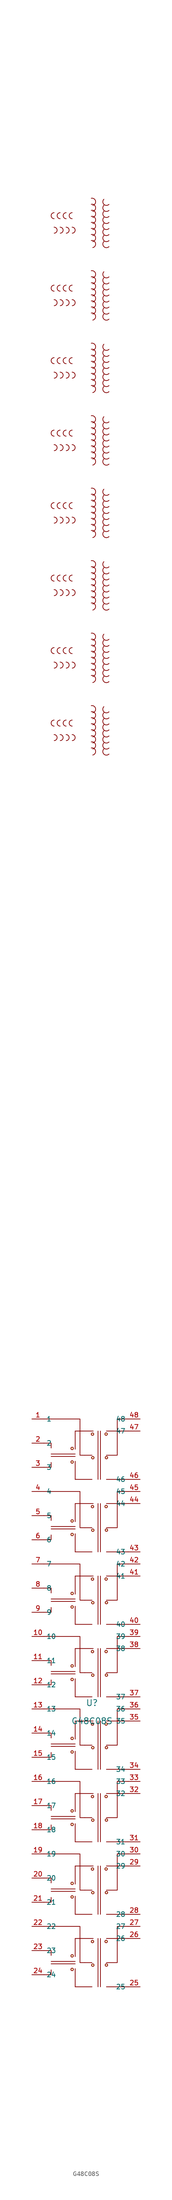
<source format=kicad_sym>
(kicad_symbol_lib
  (version 20210201)
  (generator TousstNicolas/JLC2KiCad_lib)
  (symbol "G48C08S"
    (property "Reference" "U"
      (at 0 1.27 0)
      (effects (font (size 1.27 1.27))))
    (property "Value" "G48C08S"
      (at 0 -2.54 0)
      (effects (font (size 1.27 1.27))))
    (symbol "G48C08S_0_1"
      (circle (center -4.201 51.915) (radius 0.264) (stroke (width 0) (type default) (color 0 0 0 0)) (fill (type background)))
      (arc (start -4.191008382016764 206.62941325882653) (mid -4.826009652019304 207.26441452882906) (end -4.191008382016764 207.8994157988316) (stroke (width 0) (type default) (color 0 0 0 0)) (fill (type none)))
      (arc (start -5.461010922021845 206.62941325882653) (mid -6.096012192024384 207.26441452882906) (end -5.461010922021845 207.8994157988316) (stroke (width 0) (type default) (color 0 0 0 0)) (fill (type none)))
      (arc (start -6.731013462026924 206.62941325882653) (mid -7.366014732029464 207.26441452882906) (end -6.731013462026924 207.8994157988316) (stroke (width 0) (type default) (color 0 0 0 0)) (fill (type none)))
      (arc (start -8.001016002032005 206.62941325882653) (mid -8.636017272034545 207.26441452882906) (end -8.001016002032005 207.8994157988316) (stroke (width 0) (type default) (color 0 0 0 0)) (fill (type none)))
      (polyline (pts (xy -3.556 48.26) (xy -3.556 52.07)) (stroke (width 0) (type default) (color 0 0 0 0)) (fill (type none)))
      (circle (center -4.201 54.765) (radius 0.264) (stroke (width 0) (type default) (color 0 0 0 0)) (fill (type background)))
      (arc (start -4.172926958370049 203.58166462883432) (mid -3.556264597440368 204.23448984957062) (end -4.20908982613456 204.85115220207572) (stroke (width 0) (type default) (color 0 0 0 0)) (fill (type none)))
      (arc (start -5.442929498375129 203.58166462883432) (mid -4.826267137445448 204.23448984957062) (end -5.479092366139641 204.85115220207572) (stroke (width 0) (type default) (color 0 0 0 0)) (fill (type none)))
      (arc (start -6.712932038380209 203.58166462883432) (mid -6.096269677450528 204.23448984957062) (end -6.7490949061447205 204.85115220207572) (stroke (width 0) (type default) (color 0 0 0 0)) (fill (type none)))
      (arc (start -7.982934578385289 203.58166462883432) (mid -7.366272217455609 204.23448984957062) (end -8.0190974461498 204.85115220207572) (stroke (width 0) (type default) (color 0 0 0 0)) (fill (type none)))
      (polyline (pts (xy -3.556 58.42) (xy -3.556 54.61)) (stroke (width 0) (type default) (color 0 0 0 0)) (fill (type none)))
      (polyline (pts (xy -8.636 53.086) (xy -3.556 53.086)) (stroke (width 0) (type default) (color 0 0 0 0)) (fill (type none)))
      (polyline (pts (xy -8.636 53.594) (xy -3.556 53.594)) (stroke (width 0) (type default) (color 0 0 0 0)) (fill (type none)))
      (polyline (pts (xy -3.556 48.26) (xy 0.0 48.26)) (stroke (width 0) (type default) (color 0 0 0 0)) (fill (type none)))
      (polyline (pts (xy -1.524 53.34) (xy 0.0 53.34)) (stroke (width 0) (type default) (color 0 0 0 0)) (fill (type none)))
      (circle (center 0.099 57.775) (radius 0.264) (stroke (width 0) (type default) (color 0 0 0 0)) (fill (type background)))
      (arc (start 0.15873598862962626 200.55011794149544) (mid 0.7452846493097436 201.4541385794348) (end -0.15873598862962626 202.04068724011495) (stroke (width 0) (type default) (color 0 0 0 0)) (fill (type none)))
      (arc (start 0.15873598862962626 201.8201204815005) (mid 0.7452846493097436 202.7241411194399) (end -0.15873598862962626 203.31068978012001) (stroke (width 0) (type default) (color 0 0 0 0)) (fill (type none)))
      (arc (start 0.15873598862962626 203.0901230215056) (mid 0.7452846493097436 203.99414365944497) (end -0.15873598862962626 204.5806923201251) (stroke (width 0) (type default) (color 0 0 0 0)) (fill (type none)))
      (arc (start 0.15873598862962626 204.36012556151067) (mid 0.7452846493097436 205.26414619945007) (end -0.15873598862962626 205.85069486013018) (stroke (width 0) (type default) (color 0 0 0 0)) (fill (type none)))
      (arc (start 0.15873598862962626 205.63012810151577) (mid 0.7452846493097436 206.53414873945513) (end -0.15873598862962626 207.12069740013527) (stroke (width 0) (type default) (color 0 0 0 0)) (fill (type none)))
      (arc (start 0.15873598862962626 206.90013064152083) (mid 0.7452846493097436 207.80415127946023) (end -0.15873598862962626 208.39069994014034) (stroke (width 0) (type default) (color 0 0 0 0)) (fill (type none)))
      (arc (start 0.15873598862962626 208.17013318152593) (mid 0.7452846493097436 209.0741538194653) (end -0.15873598862962626 209.66070248014543) (stroke (width 0) (type default) (color 0 0 0 0)) (fill (type none)))
      (arc (start 0.15873598862962626 209.440135721531) (mid 0.7452846493097436 210.3441563594704) (end -0.15873598862962626 210.9307050201505) (stroke (width 0) (type default) (color 0 0 0 0)) (fill (type none)))
      (circle (center 2.981 57.788) (radius 0.264) (stroke (width 0) (type default) (color 0 0 0 0)) (fill (type background)))
      (arc (start 3.5868225409092354 200.75658614590816) (mid 2.5091896511151486 200.75658614590816) (end 2.5091896511151486 201.83421903570223) (stroke (width 0) (type default) (color 0 0 0 0)) (fill (type none)))
      (arc (start 3.5868225409092354 202.02658868591323) (mid 2.5091896511151486 202.02658868591323) (end 2.5091896511151486 203.1042215757073) (stroke (width 0) (type default) (color 0 0 0 0)) (fill (type none)))
      (arc (start 3.5868225409092354 203.29659122591832) (mid 2.5091896511151486 203.29659122591832) (end 2.5091896511151486 204.3742241157124) (stroke (width 0) (type default) (color 0 0 0 0)) (fill (type none)))
      (arc (start 3.5868225409092354 204.5665937659234) (mid 2.5091896511151486 204.5665937659234) (end 2.5091896511151486 205.64422665571746) (stroke (width 0) (type default) (color 0 0 0 0)) (fill (type none)))
      (arc (start 3.5868225409092354 205.83659630592848) (mid 2.5091896511151486 205.83659630592848) (end 2.5091896511151486 206.91422919572256) (stroke (width 0) (type default) (color 0 0 0 0)) (fill (type none)))
      (arc (start 3.5868225409092354 207.10659884593355) (mid 2.5091896511151486 207.10659884593355) (end 2.5091896511151486 208.18423173572762) (stroke (width 0) (type default) (color 0 0 0 0)) (fill (type none)))
      (arc (start 3.5868225409092354 208.3766013859386) (mid 2.5091896511151486 208.3766013859386) (end 2.5091896511151486 209.45423427573272) (stroke (width 0) (type default) (color 0 0 0 0)) (fill (type none)))
      (arc (start 3.5868225409092354 209.6466039259437) (mid 2.5091896511151486 209.6466039259437) (end 2.5091896511151486 210.72423681573778) (stroke (width 0) (type default) (color 0 0 0 0)) (fill (type none)))
      (polyline (pts (xy -3.556 58.42) (xy 0.254 58.42)) (stroke (width 0) (type default) (color 0 0 0 0)) (fill (type none)))
      (polyline (pts (xy 7.62 58.42) (xy 3.048 58.42)) (stroke (width 0) (type default) (color 0 0 0 0)) (fill (type none)))
      (polyline (pts (xy 3.048 48.26) (xy 7.62 48.26)) (stroke (width 0) (type default) (color 0 0 0 0)) (fill (type none)))
      (polyline (pts (xy 1.778 48.26) (xy 1.778 58.42)) (stroke (width 0) (type default) (color 0 0 0 0)) (fill (type none)))
      (polyline (pts (xy 1.27 48.26) (xy 1.27 58.42)) (stroke (width 0) (type default) (color 0 0 0 0)) (fill (type none)))
      (polyline (pts (xy 3.048 53.34) (xy 5.334 53.34) (xy 5.334 60.96) (xy 7.62 60.96)) (stroke (width 0) (type default) (color 0 0 0 0)) (fill (type none)))
      (circle (center 0.165 52.817) (radius 0.264) (stroke (width 0) (type default) (color 0 0 0 0)) (fill (type background)))
      (circle (center 3.048 52.832) (radius 0.264) (stroke (width 0) (type default) (color 0 0 0 0)) (fill (type background)))
      (polyline (pts (xy -8.636 54.864) (xy -8.636 55.88) (xy -10.16 55.88)) (stroke (width 0) (type default) (color 0 0 0 0)) (fill (type none)))
      (polyline (pts (xy -8.636 51.816) (xy -8.636 50.8) (xy -10.16 50.8)) (stroke (width 0) (type default) (color 0 0 0 0)) (fill (type none)))
      (polyline (pts (xy -1.524 53.34) (xy -2.54 53.34) (xy -2.54 60.96) (xy -10.16 60.96)) (stroke (width 0) (type default) (color 0 0 0 0)) (fill (type none)))
      (circle (center -4.201 -54.765) (radius 0.264) (stroke (width 0) (type default) (color 0 0 0 0)) (fill (type background)))
      (arc (start -4.191008382016764 313.30962661925327) (mid -4.826009652019304 313.9446278892558) (end -4.191008382016764 314.57962915925833) (stroke (width 0) (type default) (color 0 0 0 0)) (fill (type none)))
      (arc (start -5.461010922021845 313.30962661925327) (mid -6.096012192024384 313.9446278892558) (end -5.461010922021845 314.57962915925833) (stroke (width 0) (type default) (color 0 0 0 0)) (fill (type none)))
      (arc (start -6.731013462026924 313.30962661925327) (mid -7.366014732029464 313.9446278892558) (end -6.731013462026924 314.57962915925833) (stroke (width 0) (type default) (color 0 0 0 0)) (fill (type none)))
      (arc (start -8.001016002032005 313.30962661925327) (mid -8.636017272034545 313.9446278892558) (end -8.001016002032005 314.57962915925833) (stroke (width 0) (type default) (color 0 0 0 0)) (fill (type none)))
      (polyline (pts (xy -3.556 -58.42) (xy -3.556 -54.61)) (stroke (width 0) (type default) (color 0 0 0 0)) (fill (type none)))
      (circle (center -4.201 -51.915) (radius 0.264) (stroke (width 0) (type default) (color 0 0 0 0)) (fill (type background)))
      (arc (start -4.172926958370049 310.26187798926105) (mid -3.556264597440368 310.9147032099973) (end -4.20908982613456 311.53136556250246) (stroke (width 0) (type default) (color 0 0 0 0)) (fill (type none)))
      (arc (start -5.442929498375129 310.26187798926105) (mid -4.826267137445448 310.9147032099973) (end -5.479092366139641 311.53136556250246) (stroke (width 0) (type default) (color 0 0 0 0)) (fill (type none)))
      (arc (start -6.712932038380209 310.26187798926105) (mid -6.096269677450528 310.9147032099973) (end -6.7490949061447205 311.53136556250246) (stroke (width 0) (type default) (color 0 0 0 0)) (fill (type none)))
      (arc (start -7.982934578385289 310.26187798926105) (mid -7.366272217455609 310.9147032099973) (end -8.0190974461498 311.53136556250246) (stroke (width 0) (type default) (color 0 0 0 0)) (fill (type none)))
      (polyline (pts (xy -3.556 -48.26) (xy -3.556 -52.07)) (stroke (width 0) (type default) (color 0 0 0 0)) (fill (type none)))
      (polyline (pts (xy -8.636 -53.594) (xy -3.556 -53.594)) (stroke (width 0) (type default) (color 0 0 0 0)) (fill (type none)))
      (polyline (pts (xy -8.636 -53.086) (xy -3.556 -53.086)) (stroke (width 0) (type default) (color 0 0 0 0)) (fill (type none)))
      (polyline (pts (xy -3.556 -58.42) (xy 0.0 -58.42)) (stroke (width 0) (type default) (color 0 0 0 0)) (fill (type none)))
      (polyline (pts (xy -1.524 -53.34) (xy 0.0 -53.34)) (stroke (width 0) (type default) (color 0 0 0 0)) (fill (type none)))
      (circle (center 0.099 -48.905) (radius 0.264) (stroke (width 0) (type default) (color 0 0 0 0)) (fill (type background)))
      (arc (start 0.15873598862962626 307.2303313019222) (mid 0.7452846493097436 308.1343519398615) (end -0.15873598862962626 308.7209006005416) (stroke (width 0) (type default) (color 0 0 0 0)) (fill (type none)))
      (arc (start 0.15873598862962626 308.5003338419273) (mid 0.7452846493097436 309.40435447986664) (end -0.15873598862962626 309.9909031405467) (stroke (width 0) (type default) (color 0 0 0 0)) (fill (type none)))
      (arc (start 0.15873598862962626 309.7703363819324) (mid 0.7452846493097436 310.6743570198717) (end -0.15873598862962626 311.2609056805518) (stroke (width 0) (type default) (color 0 0 0 0)) (fill (type none)))
      (arc (start 0.15873598862962626 311.04033892193746) (mid 0.7452846493097436 311.9443595598768) (end -0.15873598862962626 312.53090822055685) (stroke (width 0) (type default) (color 0 0 0 0)) (fill (type none)))
      (arc (start 0.15873598862962626 312.3103414619425) (mid 0.7452846493097436 313.21436209988184) (end -0.15873598862962626 313.8009107605619) (stroke (width 0) (type default) (color 0 0 0 0)) (fill (type none)))
      (arc (start 0.15873598862962626 313.5803440019476) (mid 0.7452846493097436 314.48436463988696) (end -0.15873598862962626 315.07091330056704) (stroke (width 0) (type default) (color 0 0 0 0)) (fill (type none)))
      (arc (start 0.15873598862962626 314.8503465419527) (mid 0.7452846493097436 315.75436717989203) (end -0.15873598862962626 316.3409158405721) (stroke (width 0) (type default) (color 0 0 0 0)) (fill (type none)))
      (arc (start 0.15873598862962626 316.1203490819578) (mid 0.7452846493097436 317.0243697198971) (end -0.15873598862962626 317.6109183805772) (stroke (width 0) (type default) (color 0 0 0 0)) (fill (type none)))
      (circle (center 2.982 -48.893) (radius 0.264) (stroke (width 0) (type default) (color 0 0 0 0)) (fill (type background)))
      (arc (start 3.5868225409092354 307.4367995063349) (mid 2.5091896511151486 307.4367995063349) (end 2.5091896511151486 308.51443239612894) (stroke (width 0) (type default) (color 0 0 0 0)) (fill (type none)))
      (arc (start 3.5868225409092354 308.70680204634) (mid 2.5091896511151486 308.70680204634) (end 2.5091896511151486 309.784434936134) (stroke (width 0) (type default) (color 0 0 0 0)) (fill (type none)))
      (arc (start 3.5868225409092354 309.97680458634505) (mid 2.5091896511151486 309.97680458634505) (end 2.5091896511151486 311.05443747613907) (stroke (width 0) (type default) (color 0 0 0 0)) (fill (type none)))
      (arc (start 3.5868225409092354 311.2468071263501) (mid 2.5091896511151486 311.2468071263501) (end 2.5091896511151486 312.3244400161442) (stroke (width 0) (type default) (color 0 0 0 0)) (fill (type none)))
      (arc (start 3.5868225409092354 312.51680966635524) (mid 2.5091896511151486 312.51680966635524) (end 2.5091896511151486 313.59444255614926) (stroke (width 0) (type default) (color 0 0 0 0)) (fill (type none)))
      (arc (start 3.5868225409092354 313.7868122063603) (mid 2.5091896511151486 313.7868122063603) (end 2.5091896511151486 314.8644450961543) (stroke (width 0) (type default) (color 0 0 0 0)) (fill (type none)))
      (arc (start 3.5868225409092354 315.0568147463654) (mid 2.5091896511151486 315.0568147463654) (end 2.5091896511151486 316.1344476361594) (stroke (width 0) (type default) (color 0 0 0 0)) (fill (type none)))
      (arc (start 3.5868225409092354 316.32681728637044) (mid 2.5091896511151486 316.32681728637044) (end 2.5091896511151486 317.4044501761645) (stroke (width 0) (type default) (color 0 0 0 0)) (fill (type none)))
      (polyline (pts (xy -3.556 -48.26) (xy 0.254 -48.26)) (stroke (width 0) (type default) (color 0 0 0 0)) (fill (type none)))
      (polyline (pts (xy 7.62 -48.26) (xy 3.048 -48.26)) (stroke (width 0) (type default) (color 0 0 0 0)) (fill (type none)))
      (polyline (pts (xy 3.048 -58.42) (xy 7.62 -58.42)) (stroke (width 0) (type default) (color 0 0 0 0)) (fill (type none)))
      (polyline (pts (xy 1.778 -58.42) (xy 1.778 -48.26)) (stroke (width 0) (type default) (color 0 0 0 0)) (fill (type none)))
      (polyline (pts (xy 1.27 -58.42) (xy 1.27 -48.26)) (stroke (width 0) (type default) (color 0 0 0 0)) (fill (type none)))
      (polyline (pts (xy 3.048 -53.34) (xy 5.334 -53.34) (xy 5.334 -45.72) (xy 7.62 -45.72)) (stroke (width 0) (type default) (color 0 0 0 0)) (fill (type none)))
      (circle (center 0.165 -53.863) (radius 0.264) (stroke (width 0) (type default) (color 0 0 0 0)) (fill (type background)))
      (circle (center 3.048 -53.848) (radius 0.264) (stroke (width 0) (type default) (color 0 0 0 0)) (fill (type background)))
      (polyline (pts (xy -8.636 -51.816) (xy -8.636 -50.8) (xy -10.16 -50.8)) (stroke (width 0) (type default) (color 0 0 0 0)) (fill (type none)))
      (polyline (pts (xy -8.636 -54.864) (xy -8.636 -55.88) (xy -10.16 -55.88)) (stroke (width 0) (type default) (color 0 0 0 0)) (fill (type none)))
      (polyline (pts (xy -1.524 -53.34) (xy -2.54 -53.34) (xy -2.54 -45.72) (xy -10.16 -45.72)) (stroke (width 0) (type default) (color 0 0 0 0)) (fill (type none)))
      (circle (center -4.201 -39.525) (radius 0.264) (stroke (width 0) (type default) (color 0 0 0 0)) (fill (type background)))
      (arc (start -4.191008382016764 298.0695961391923) (mid -4.826009652019304 298.70459740919483) (end -4.191008382016764 299.33959867919737) (stroke (width 0) (type default) (color 0 0 0 0)) (fill (type none)))
      (arc (start -5.461010922021845 298.0695961391923) (mid -6.096012192024384 298.70459740919483) (end -5.461010922021845 299.33959867919737) (stroke (width 0) (type default) (color 0 0 0 0)) (fill (type none)))
      (arc (start -6.731013462026924 298.0695961391923) (mid -7.366014732029464 298.70459740919483) (end -6.731013462026924 299.33959867919737) (stroke (width 0) (type default) (color 0 0 0 0)) (fill (type none)))
      (arc (start -8.001016002032005 298.0695961391923) (mid -8.636017272034545 298.70459740919483) (end -8.001016002032005 299.33959867919737) (stroke (width 0) (type default) (color 0 0 0 0)) (fill (type none)))
      (polyline (pts (xy -3.556 -43.18) (xy -3.556 -39.37)) (stroke (width 0) (type default) (color 0 0 0 0)) (fill (type none)))
      (circle (center -4.201 -36.675) (radius 0.264) (stroke (width 0) (type default) (color 0 0 0 0)) (fill (type background)))
      (arc (start -4.172926958370049 295.0218475092001) (mid -3.556264597440368 295.67467272993633) (end -4.20908982613456 296.2913350824415) (stroke (width 0) (type default) (color 0 0 0 0)) (fill (type none)))
      (arc (start -5.442929498375129 295.0218475092001) (mid -4.826267137445448 295.67467272993633) (end -5.479092366139641 296.2913350824415) (stroke (width 0) (type default) (color 0 0 0 0)) (fill (type none)))
      (arc (start -6.712932038380209 295.0218475092001) (mid -6.096269677450528 295.67467272993633) (end -6.7490949061447205 296.2913350824415) (stroke (width 0) (type default) (color 0 0 0 0)) (fill (type none)))
      (arc (start -7.982934578385289 295.0218475092001) (mid -7.366272217455609 295.67467272993633) (end -8.0190974461498 296.2913350824415) (stroke (width 0) (type default) (color 0 0 0 0)) (fill (type none)))
      (polyline (pts (xy -3.556 -33.02) (xy -3.556 -36.83)) (stroke (width 0) (type default) (color 0 0 0 0)) (fill (type none)))
      (polyline (pts (xy -8.636 -38.354) (xy -3.556 -38.354)) (stroke (width 0) (type default) (color 0 0 0 0)) (fill (type none)))
      (polyline (pts (xy -8.636 -37.846) (xy -3.556 -37.846)) (stroke (width 0) (type default) (color 0 0 0 0)) (fill (type none)))
      (polyline (pts (xy -3.556 -43.18) (xy 0.0 -43.18)) (stroke (width 0) (type default) (color 0 0 0 0)) (fill (type none)))
      (polyline (pts (xy -1.524 -38.1) (xy 0.0 -38.1)) (stroke (width 0) (type default) (color 0 0 0 0)) (fill (type none)))
      (circle (center 0.099 -33.665) (radius 0.264) (stroke (width 0) (type default) (color 0 0 0 0)) (fill (type background)))
      (arc (start 0.15873598862962626 291.99030082186124) (mid 0.7452846493097436 292.8943214598006) (end -0.15873598862962626 293.48087012048063) (stroke (width 0) (type default) (color 0 0 0 0)) (fill (type none)))
      (arc (start 0.15873598862962626 293.2603033618663) (mid 0.7452846493097436 294.1643239998057) (end -0.15873598862962626 294.75087266048575) (stroke (width 0) (type default) (color 0 0 0 0)) (fill (type none)))
      (arc (start 0.15873598862962626 294.53030590187143) (mid 0.7452846493097436 295.43432653981074) (end -0.15873598862962626 296.0208752004908) (stroke (width 0) (type default) (color 0 0 0 0)) (fill (type none)))
      (arc (start 0.15873598862962626 295.8003084418765) (mid 0.7452846493097436 296.7043290798158) (end -0.15873598862962626 297.2908777404959) (stroke (width 0) (type default) (color 0 0 0 0)) (fill (type none)))
      (arc (start 0.15873598862962626 297.07031098188156) (mid 0.7452846493097436 297.9743316198209) (end -0.15873598862962626 298.56088028050095) (stroke (width 0) (type default) (color 0 0 0 0)) (fill (type none)))
      (arc (start 0.15873598862962626 298.3403135218866) (mid 0.7452846493097436 299.244334159826) (end -0.15873598862962626 299.8308828205061) (stroke (width 0) (type default) (color 0 0 0 0)) (fill (type none)))
      (arc (start 0.15873598862962626 299.61031606189175) (mid 0.7452846493097436 300.51433669983106) (end -0.15873598862962626 301.10088536051114) (stroke (width 0) (type default) (color 0 0 0 0)) (fill (type none)))
      (arc (start 0.15873598862962626 300.8803186018968) (mid 0.7452846493097436 301.78433923983613) (end -0.15873598862962626 302.3708879005162) (stroke (width 0) (type default) (color 0 0 0 0)) (fill (type none)))
      (circle (center 2.982 -33.653) (radius 0.264) (stroke (width 0) (type default) (color 0 0 0 0)) (fill (type background)))
      (arc (start 3.5868225409092354 292.19676902627396) (mid 2.5091896511151486 292.19676902627396) (end 2.5091896511151486 293.274401916068) (stroke (width 0) (type default) (color 0 0 0 0)) (fill (type none)))
      (arc (start 3.5868225409092354 293.466771566279) (mid 2.5091896511151486 293.466771566279) (end 2.5091896511151486 294.54440445607304) (stroke (width 0) (type default) (color 0 0 0 0)) (fill (type none)))
      (arc (start 3.5868225409092354 294.7367741062841) (mid 2.5091896511151486 294.7367741062841) (end 2.5091896511151486 295.8144069960781) (stroke (width 0) (type default) (color 0 0 0 0)) (fill (type none)))
      (arc (start 3.5868225409092354 296.00677664628915) (mid 2.5091896511151486 296.00677664628915) (end 2.5091896511151486 297.08440953608323) (stroke (width 0) (type default) (color 0 0 0 0)) (fill (type none)))
      (arc (start 3.5868225409092354 297.2767791862943) (mid 2.5091896511151486 297.2767791862943) (end 2.5091896511151486 298.3544120760883) (stroke (width 0) (type default) (color 0 0 0 0)) (fill (type none)))
      (arc (start 3.5868225409092354 298.54678172629934) (mid 2.5091896511151486 298.54678172629934) (end 2.5091896511151486 299.62441461609336) (stroke (width 0) (type default) (color 0 0 0 0)) (fill (type none)))
      (arc (start 3.5868225409092354 299.8167842663044) (mid 2.5091896511151486 299.8167842663044) (end 2.5091896511151486 300.8944171560984) (stroke (width 0) (type default) (color 0 0 0 0)) (fill (type none)))
      (arc (start 3.5868225409092354 301.0867868063095) (mid 2.5091896511151486 301.0867868063095) (end 2.5091896511151486 302.16441969610355) (stroke (width 0) (type default) (color 0 0 0 0)) (fill (type none)))
      (polyline (pts (xy -3.556 -33.02) (xy 0.254 -33.02)) (stroke (width 0) (type default) (color 0 0 0 0)) (fill (type none)))
      (polyline (pts (xy 7.62 -33.02) (xy 3.048 -33.02)) (stroke (width 0) (type default) (color 0 0 0 0)) (fill (type none)))
      (polyline (pts (xy 3.048 -43.18) (xy 7.62 -43.18)) (stroke (width 0) (type default) (color 0 0 0 0)) (fill (type none)))
      (polyline (pts (xy 1.778 -43.18) (xy 1.778 -33.02)) (stroke (width 0) (type default) (color 0 0 0 0)) (fill (type none)))
      (polyline (pts (xy 1.27 -43.18) (xy 1.27 -33.02)) (stroke (width 0) (type default) (color 0 0 0 0)) (fill (type none)))
      (polyline (pts (xy 3.048 -38.1) (xy 5.334 -38.1) (xy 5.334 -30.48) (xy 7.62 -30.48)) (stroke (width 0) (type default) (color 0 0 0 0)) (fill (type none)))
      (circle (center 0.165 -38.623) (radius 0.264) (stroke (width 0) (type default) (color 0 0 0 0)) (fill (type background)))
      (circle (center 3.048 -38.608) (radius 0.264) (stroke (width 0) (type default) (color 0 0 0 0)) (fill (type background)))
      (polyline (pts (xy -8.636 -36.576) (xy -8.636 -35.56) (xy -10.16 -35.56)) (stroke (width 0) (type default) (color 0 0 0 0)) (fill (type none)))
      (polyline (pts (xy -8.636 -39.624) (xy -8.636 -40.64) (xy -10.16 -40.64)) (stroke (width 0) (type default) (color 0 0 0 0)) (fill (type none)))
      (polyline (pts (xy -1.524 -38.1) (xy -2.54 -38.1) (xy -2.54 -30.48) (xy -10.16 -30.48)) (stroke (width 0) (type default) (color 0 0 0 0)) (fill (type none)))
      (circle (center -4.201 -24.285) (radius 0.264) (stroke (width 0) (type default) (color 0 0 0 0)) (fill (type background)))
      (arc (start -4.191008382016764 282.82956565913133) (mid -4.826009652019304 283.46456692913387) (end -4.191008382016764 284.0995681991364) (stroke (width 0) (type default) (color 0 0 0 0)) (fill (type none)))
      (arc (start -5.461010922021845 282.82956565913133) (mid -6.096012192024384 283.46456692913387) (end -5.461010922021845 284.0995681991364) (stroke (width 0) (type default) (color 0 0 0 0)) (fill (type none)))
      (arc (start -6.731013462026924 282.82956565913133) (mid -7.366014732029464 283.46456692913387) (end -6.731013462026924 284.0995681991364) (stroke (width 0) (type default) (color 0 0 0 0)) (fill (type none)))
      (arc (start -8.001016002032005 282.82956565913133) (mid -8.636017272034545 283.46456692913387) (end -8.001016002032005 284.0995681991364) (stroke (width 0) (type default) (color 0 0 0 0)) (fill (type none)))
      (polyline (pts (xy -3.556 -27.94) (xy -3.556 -24.13)) (stroke (width 0) (type default) (color 0 0 0 0)) (fill (type none)))
      (circle (center -4.201 -21.435) (radius 0.264) (stroke (width 0) (type default) (color 0 0 0 0)) (fill (type background)))
      (arc (start -4.172926958370049 279.7818170291391) (mid -3.556264597440368 280.43464224987537) (end -4.20908982613456 281.0513046023805) (stroke (width 0) (type default) (color 0 0 0 0)) (fill (type none)))
      (arc (start -5.442929498375129 279.7818170291391) (mid -4.826267137445448 280.43464224987537) (end -5.479092366139641 281.0513046023805) (stroke (width 0) (type default) (color 0 0 0 0)) (fill (type none)))
      (arc (start -6.712932038380209 279.7818170291391) (mid -6.096269677450528 280.43464224987537) (end -6.7490949061447205 281.0513046023805) (stroke (width 0) (type default) (color 0 0 0 0)) (fill (type none)))
      (arc (start -7.982934578385289 279.7818170291391) (mid -7.366272217455609 280.43464224987537) (end -8.0190974461498 281.0513046023805) (stroke (width 0) (type default) (color 0 0 0 0)) (fill (type none)))
      (polyline (pts (xy -3.556 -17.78) (xy -3.556 -21.59)) (stroke (width 0) (type default) (color 0 0 0 0)) (fill (type none)))
      (polyline (pts (xy -8.636 -23.114) (xy -3.556 -23.114)) (stroke (width 0) (type default) (color 0 0 0 0)) (fill (type none)))
      (polyline (pts (xy -8.636 -22.606) (xy -3.556 -22.606)) (stroke (width 0) (type default) (color 0 0 0 0)) (fill (type none)))
      (polyline (pts (xy -3.556 -27.94) (xy 0.0 -27.94)) (stroke (width 0) (type default) (color 0 0 0 0)) (fill (type none)))
      (polyline (pts (xy -1.524 -22.86) (xy 0.0 -22.86)) (stroke (width 0) (type default) (color 0 0 0 0)) (fill (type none)))
      (circle (center 0.099 -18.425) (radius 0.264) (stroke (width 0) (type default) (color 0 0 0 0)) (fill (type background)))
      (arc (start 0.15873598862962626 276.7502703418003) (mid 0.7452846493097436 277.65429097973964) (end -0.15873598862962626 278.2408396404197) (stroke (width 0) (type default) (color 0 0 0 0)) (fill (type none)))
      (arc (start 0.15873598862962626 278.0202728818054) (mid 0.7452846493097436 278.9242935197447) (end -0.15873598862962626 279.5108421804248) (stroke (width 0) (type default) (color 0 0 0 0)) (fill (type none)))
      (arc (start 0.15873598862962626 279.29027542181046) (mid 0.7452846493097436 280.1942960597498) (end -0.15873598862962626 280.78084472042985) (stroke (width 0) (type default) (color 0 0 0 0)) (fill (type none)))
      (arc (start 0.15873598862962626 280.56027796181553) (mid 0.7452846493097436 281.46429859975484) (end -0.15873598862962626 282.0508472604349) (stroke (width 0) (type default) (color 0 0 0 0)) (fill (type none)))
      (arc (start 0.15873598862962626 281.8302805018206) (mid 0.7452846493097436 282.73430113975996) (end -0.15873598862962626 283.32084980044) (stroke (width 0) (type default) (color 0 0 0 0)) (fill (type none)))
      (arc (start 0.15873598862962626 283.1002830418257) (mid 0.7452846493097436 284.00430367976503) (end -0.15873598862962626 284.5908523404451) (stroke (width 0) (type default) (color 0 0 0 0)) (fill (type none)))
      (arc (start 0.15873598862962626 284.3702855818308) (mid 0.7452846493097436 285.2743062197701) (end -0.15873598862962626 285.8608548804502) (stroke (width 0) (type default) (color 0 0 0 0)) (fill (type none)))
      (arc (start 0.15873598862962626 285.64028812183585) (mid 0.7452846493097436 286.54430875977516) (end -0.15873598862962626 287.13085742045524) (stroke (width 0) (type default) (color 0 0 0 0)) (fill (type none)))
      (circle (center 2.982 -18.412) (radius 0.264) (stroke (width 0) (type default) (color 0 0 0 0)) (fill (type background)))
      (arc (start 3.5868225409092354 276.956738546213) (mid 2.5091896511151486 276.956738546213) (end 2.5091896511151486 278.034371436007) (stroke (width 0) (type default) (color 0 0 0 0)) (fill (type none)))
      (arc (start 3.5868225409092354 278.22674108621806) (mid 2.5091896511151486 278.22674108621806) (end 2.5091896511151486 279.3043739760121) (stroke (width 0) (type default) (color 0 0 0 0)) (fill (type none)))
      (arc (start 3.5868225409092354 279.4967436262231) (mid 2.5091896511151486 279.4967436262231) (end 2.5091896511151486 280.5743765160172) (stroke (width 0) (type default) (color 0 0 0 0)) (fill (type none)))
      (arc (start 3.5868225409092354 280.76674616622824) (mid 2.5091896511151486 280.76674616622824) (end 2.5091896511151486 281.84437905602226) (stroke (width 0) (type default) (color 0 0 0 0)) (fill (type none)))
      (arc (start 3.5868225409092354 282.0367487062333) (mid 2.5091896511151486 282.0367487062333) (end 2.5091896511151486 283.11438159602733) (stroke (width 0) (type default) (color 0 0 0 0)) (fill (type none)))
      (arc (start 3.5868225409092354 283.3067512462384) (mid 2.5091896511151486 283.3067512462384) (end 2.5091896511151486 284.3843841360324) (stroke (width 0) (type default) (color 0 0 0 0)) (fill (type none)))
      (arc (start 3.5868225409092354 284.57675378624344) (mid 2.5091896511151486 284.57675378624344) (end 2.5091896511151486 285.65438667603746) (stroke (width 0) (type default) (color 0 0 0 0)) (fill (type none)))
      (arc (start 3.5868225409092354 285.84675632624857) (mid 2.5091896511151486 285.84675632624857) (end 2.5091896511151486 286.9243892160426) (stroke (width 0) (type default) (color 0 0 0 0)) (fill (type none)))
      (polyline (pts (xy -3.556 -17.78) (xy 0.254 -17.78)) (stroke (width 0) (type default) (color 0 0 0 0)) (fill (type none)))
      (polyline (pts (xy 7.62 -17.78) (xy 3.048 -17.78)) (stroke (width 0) (type default) (color 0 0 0 0)) (fill (type none)))
      (polyline (pts (xy 3.048 -27.94) (xy 7.62 -27.94)) (stroke (width 0) (type default) (color 0 0 0 0)) (fill (type none)))
      (polyline (pts (xy 1.778 -27.94) (xy 1.778 -17.78)) (stroke (width 0) (type default) (color 0 0 0 0)) (fill (type none)))
      (polyline (pts (xy 1.27 -27.94) (xy 1.27 -17.78)) (stroke (width 0) (type default) (color 0 0 0 0)) (fill (type none)))
      (polyline (pts (xy 3.048 -22.86) (xy 5.334 -22.86) (xy 5.334 -15.24) (xy 7.62 -15.24)) (stroke (width 0) (type default) (color 0 0 0 0)) (fill (type none)))
      (circle (center 0.165 -23.383) (radius 0.264) (stroke (width 0) (type default) (color 0 0 0 0)) (fill (type background)))
      (circle (center 3.048 -23.368) (radius 0.264) (stroke (width 0) (type default) (color 0 0 0 0)) (fill (type background)))
      (polyline (pts (xy -8.636 -21.336) (xy -8.636 -20.32) (xy -10.16 -20.32)) (stroke (width 0) (type default) (color 0 0 0 0)) (fill (type none)))
      (polyline (pts (xy -8.636 -24.384) (xy -8.636 -25.4) (xy -10.16 -25.4)) (stroke (width 0) (type default) (color 0 0 0 0)) (fill (type none)))
      (polyline (pts (xy -1.524 -22.86) (xy -2.54 -22.86) (xy -2.54 -15.24) (xy -10.16 -15.24)) (stroke (width 0) (type default) (color 0 0 0 0)) (fill (type none)))
      (circle (center -4.201 -9.045) (radius 0.264) (stroke (width 0) (type default) (color 0 0 0 0)) (fill (type background)))
      (arc (start -4.191008382016764 267.58953517907037) (mid -4.826009652019304 268.2245364490729) (end -4.191008382016764 268.85953771907543) (stroke (width 0) (type default) (color 0 0 0 0)) (fill (type none)))
      (arc (start -5.461010922021845 267.58953517907037) (mid -6.096012192024384 268.2245364490729) (end -5.461010922021845 268.85953771907543) (stroke (width 0) (type default) (color 0 0 0 0)) (fill (type none)))
      (arc (start -6.731013462026924 267.58953517907037) (mid -7.366014732029464 268.2245364490729) (end -6.731013462026924 268.85953771907543) (stroke (width 0) (type default) (color 0 0 0 0)) (fill (type none)))
      (arc (start -8.001016002032005 267.58953517907037) (mid -8.636017272034545 268.2245364490729) (end -8.001016002032005 268.85953771907543) (stroke (width 0) (type default) (color 0 0 0 0)) (fill (type none)))
      (polyline (pts (xy -3.556 -12.7) (xy -3.556 -8.89)) (stroke (width 0) (type default) (color 0 0 0 0)) (fill (type none)))
      (circle (center -4.201 -6.195) (radius 0.264) (stroke (width 0) (type default) (color 0 0 0 0)) (fill (type background)))
      (arc (start -4.172926958370049 264.54178654907815) (mid -3.556264597440368 265.1946117698144) (end -4.20908982613456 265.81127412231956) (stroke (width 0) (type default) (color 0 0 0 0)) (fill (type none)))
      (arc (start -5.442929498375129 264.54178654907815) (mid -4.826267137445448 265.1946117698144) (end -5.479092366139641 265.81127412231956) (stroke (width 0) (type default) (color 0 0 0 0)) (fill (type none)))
      (arc (start -6.712932038380209 264.54178654907815) (mid -6.096269677450528 265.1946117698144) (end -6.7490949061447205 265.81127412231956) (stroke (width 0) (type default) (color 0 0 0 0)) (fill (type none)))
      (arc (start -7.982934578385289 264.54178654907815) (mid -7.366272217455609 265.1946117698144) (end -8.0190974461498 265.81127412231956) (stroke (width 0) (type default) (color 0 0 0 0)) (fill (type none)))
      (polyline (pts (xy -3.556 -2.54) (xy -3.556 -6.35)) (stroke (width 0) (type default) (color 0 0 0 0)) (fill (type none)))
      (polyline (pts (xy -8.636 -7.874) (xy -3.556 -7.874)) (stroke (width 0) (type default) (color 0 0 0 0)) (fill (type none)))
      (polyline (pts (xy -8.636 -7.366) (xy -3.556 -7.366)) (stroke (width 0) (type default) (color 0 0 0 0)) (fill (type none)))
      (polyline (pts (xy -3.556 -12.7) (xy 0.0 -12.7)) (stroke (width 0) (type default) (color 0 0 0 0)) (fill (type none)))
      (polyline (pts (xy -1.524 -7.62) (xy 0.0 -7.62)) (stroke (width 0) (type default) (color 0 0 0 0)) (fill (type none)))
      (circle (center 0.099 -3.185) (radius 0.264) (stroke (width 0) (type default) (color 0 0 0 0)) (fill (type background)))
      (arc (start 0.15873598862962626 261.5102398617393) (mid 0.7452846493097436 262.4142604996787) (end -0.15873598862962626 263.00080916035876) (stroke (width 0) (type default) (color 0 0 0 0)) (fill (type none)))
      (arc (start 0.15873598862962626 262.78024240174443) (mid 0.7452846493097436 263.68426303968374) (end -0.15873598862962626 264.2708117003638) (stroke (width 0) (type default) (color 0 0 0 0)) (fill (type none)))
      (arc (start 0.15873598862962626 264.0502449417495) (mid 0.7452846493097436 264.9542655796888) (end -0.15873598862962626 265.5408142403689) (stroke (width 0) (type default) (color 0 0 0 0)) (fill (type none)))
      (arc (start 0.15873598862962626 265.32024748175456) (mid 0.7452846493097436 266.2242681196939) (end -0.15873598862962626 266.81081678037395) (stroke (width 0) (type default) (color 0 0 0 0)) (fill (type none)))
      (arc (start 0.15873598862962626 266.59025002175963) (mid 0.7452846493097436 267.494270659699) (end -0.15873598862962626 268.0808193203791) (stroke (width 0) (type default) (color 0 0 0 0)) (fill (type none)))
      (arc (start 0.15873598862962626 267.86025256176475) (mid 0.7452846493097436 268.76427319970406) (end -0.15873598862962626 269.35082186038414) (stroke (width 0) (type default) (color 0 0 0 0)) (fill (type none)))
      (arc (start 0.15873598862962626 269.1302551017698) (mid 0.7452846493097436 270.03427573970913) (end -0.15873598862962626 270.6208244003892) (stroke (width 0) (type default) (color 0 0 0 0)) (fill (type none)))
      (arc (start 0.15873598862962626 270.4002576417749) (mid 0.7452846493097436 271.3042782797142) (end -0.15873598862962626 271.8908269403943) (stroke (width 0) (type default) (color 0 0 0 0)) (fill (type none)))
      (circle (center 2.982 -3.172) (radius 0.264) (stroke (width 0) (type default) (color 0 0 0 0)) (fill (type background)))
      (arc (start 3.5868225409092354 261.716708066152) (mid 2.5091896511151486 261.716708066152) (end 2.5091896511151486 262.79434095594604) (stroke (width 0) (type default) (color 0 0 0 0)) (fill (type none)))
      (arc (start 3.5868225409092354 262.9867106061571) (mid 2.5091896511151486 262.9867106061571) (end 2.5091896511151486 264.0643434959511) (stroke (width 0) (type default) (color 0 0 0 0)) (fill (type none)))
      (arc (start 3.5868225409092354 264.25671314616216) (mid 2.5091896511151486 264.25671314616216) (end 2.5091896511151486 265.33434603595623) (stroke (width 0) (type default) (color 0 0 0 0)) (fill (type none)))
      (arc (start 3.5868225409092354 265.5267156861673) (mid 2.5091896511151486 265.5267156861673) (end 2.5091896511151486 266.6043485759613) (stroke (width 0) (type default) (color 0 0 0 0)) (fill (type none)))
      (arc (start 3.5868225409092354 266.79671822617235) (mid 2.5091896511151486 266.79671822617235) (end 2.5091896511151486 267.87435111596636) (stroke (width 0) (type default) (color 0 0 0 0)) (fill (type none)))
      (arc (start 3.5868225409092354 268.0667207661774) (mid 2.5091896511151486 268.0667207661774) (end 2.5091896511151486 269.14435365597143) (stroke (width 0) (type default) (color 0 0 0 0)) (fill (type none)))
      (arc (start 3.5868225409092354 269.3367233061825) (mid 2.5091896511151486 269.3367233061825) (end 2.5091896511151486 270.41435619597655) (stroke (width 0) (type default) (color 0 0 0 0)) (fill (type none)))
      (arc (start 3.5868225409092354 270.6067258461876) (mid 2.5091896511151486 270.6067258461876) (end 2.5091896511151486 271.6843587359816) (stroke (width 0) (type default) (color 0 0 0 0)) (fill (type none)))
      (polyline (pts (xy -3.556 -2.54) (xy 0.254 -2.54)) (stroke (width 0) (type default) (color 0 0 0 0)) (fill (type none)))
      (polyline (pts (xy 7.62 -2.54) (xy 3.048 -2.54)) (stroke (width 0) (type default) (color 0 0 0 0)) (fill (type none)))
      (polyline (pts (xy 3.048 -12.7) (xy 7.62 -12.7)) (stroke (width 0) (type default) (color 0 0 0 0)) (fill (type none)))
      (polyline (pts (xy 1.778 -12.7) (xy 1.778 -2.54)) (stroke (width 0) (type default) (color 0 0 0 0)) (fill (type none)))
      (polyline (pts (xy 1.27 -12.7) (xy 1.27 -2.54)) (stroke (width 0) (type default) (color 0 0 0 0)) (fill (type none)))
      (polyline (pts (xy 3.048 -7.62) (xy 5.334 -7.62) (xy 5.334 -0.0) (xy 7.62 -0.0)) (stroke (width 0) (type default) (color 0 0 0 0)) (fill (type none)))
      (circle (center 0.165 -8.143) (radius 0.264) (stroke (width 0) (type default) (color 0 0 0 0)) (fill (type background)))
      (circle (center 3.048 -8.128) (radius 0.264) (stroke (width 0) (type default) (color 0 0 0 0)) (fill (type background)))
      (polyline (pts (xy -8.636 -6.096) (xy -8.636 -5.08) (xy -10.16 -5.08)) (stroke (width 0) (type default) (color 0 0 0 0)) (fill (type none)))
      (polyline (pts (xy -8.636 -9.144) (xy -8.636 -10.16) (xy -10.16 -10.16)) (stroke (width 0) (type default) (color 0 0 0 0)) (fill (type none)))
      (polyline (pts (xy -1.524 -7.62) (xy -2.54 -7.62) (xy -2.54 -0.0) (xy -10.16 -0.0)) (stroke (width 0) (type default) (color 0 0 0 0)) (fill (type none)))
      (circle (center -4.201 6.195) (radius 0.264) (stroke (width 0) (type default) (color 0 0 0 0)) (fill (type background)))
      (arc (start -4.191008382016764 252.3495046990094) (mid -4.826009652019304 252.98450596901196) (end -4.191008382016764 253.6195072390145) (stroke (width 0) (type default) (color 0 0 0 0)) (fill (type none)))
      (arc (start -5.461010922021845 252.3495046990094) (mid -6.096012192024384 252.98450596901196) (end -5.461010922021845 253.6195072390145) (stroke (width 0) (type default) (color 0 0 0 0)) (fill (type none)))
      (arc (start -6.731013462026924 252.3495046990094) (mid -7.366014732029464 252.98450596901196) (end -6.731013462026924 253.6195072390145) (stroke (width 0) (type default) (color 0 0 0 0)) (fill (type none)))
      (arc (start -8.001016002032005 252.3495046990094) (mid -8.636017272034545 252.98450596901196) (end -8.001016002032005 253.6195072390145) (stroke (width 0) (type default) (color 0 0 0 0)) (fill (type none)))
      (polyline (pts (xy -3.556 2.54) (xy -3.556 6.35)) (stroke (width 0) (type default) (color 0 0 0 0)) (fill (type none)))
      (circle (center -4.201 9.045) (radius 0.264) (stroke (width 0) (type default) (color 0 0 0 0)) (fill (type background)))
      (arc (start -4.172926958370049 249.3017560690172) (mid -3.556264597440368 249.95458128975352) (end -4.20908982613456 250.5712436422586) (stroke (width 0) (type default) (color 0 0 0 0)) (fill (type none)))
      (arc (start -5.442929498375129 249.3017560690172) (mid -4.826267137445448 249.95458128975352) (end -5.479092366139641 250.5712436422586) (stroke (width 0) (type default) (color 0 0 0 0)) (fill (type none)))
      (arc (start -6.712932038380209 249.3017560690172) (mid -6.096269677450528 249.95458128975352) (end -6.7490949061447205 250.5712436422586) (stroke (width 0) (type default) (color 0 0 0 0)) (fill (type none)))
      (arc (start -7.982934578385289 249.3017560690172) (mid -7.366272217455609 249.95458128975352) (end -8.0190974461498 250.5712436422586) (stroke (width 0) (type default) (color 0 0 0 0)) (fill (type none)))
      (polyline (pts (xy -3.556 12.7) (xy -3.556 8.89)) (stroke (width 0) (type default) (color 0 0 0 0)) (fill (type none)))
      (polyline (pts (xy -8.636 7.366) (xy -3.556 7.366)) (stroke (width 0) (type default) (color 0 0 0 0)) (fill (type none)))
      (polyline (pts (xy -8.636 7.874) (xy -3.556 7.874)) (stroke (width 0) (type default) (color 0 0 0 0)) (fill (type none)))
      (polyline (pts (xy -3.556 2.54) (xy 0.0 2.54)) (stroke (width 0) (type default) (color 0 0 0 0)) (fill (type none)))
      (polyline (pts (xy -1.524 7.62) (xy 0.0 7.62)) (stroke (width 0) (type default) (color 0 0 0 0)) (fill (type none)))
      (circle (center 0.099 12.055) (radius 0.264) (stroke (width 0) (type default) (color 0 0 0 0)) (fill (type background)))
      (arc (start 0.15873598862962626 246.2702093816783) (mid 0.7452846493097436 247.1742300196177) (end -0.15873598862962626 247.76077868029782) (stroke (width 0) (type default) (color 0 0 0 0)) (fill (type none)))
      (arc (start 0.15873598862962626 247.5402119216834) (mid 0.7452846493097436 248.44423255962278) (end -0.15873598862962626 249.0307812203029) (stroke (width 0) (type default) (color 0 0 0 0)) (fill (type none)))
      (arc (start 0.15873598862962626 248.81021446168847) (mid 0.7452846493097436 249.71423509962787) (end -0.15873598862962626 250.30078376030798) (stroke (width 0) (type default) (color 0 0 0 0)) (fill (type none)))
      (arc (start 0.15873598862962626 250.08021700169354) (mid 0.7452846493097436 250.98423763963294) (end -0.15873598862962626 251.57078630031307) (stroke (width 0) (type default) (color 0 0 0 0)) (fill (type none)))
      (arc (start 0.15873598862962626 251.35021954169864) (mid 0.7452846493097436 252.25424017963803) (end -0.15873598862962626 252.84078884031814) (stroke (width 0) (type default) (color 0 0 0 0)) (fill (type none)))
      (arc (start 0.15873598862962626 252.6202220817037) (mid 0.7452846493097436 253.5242427196431) (end -0.15873598862962626 254.11079138032323) (stroke (width 0) (type default) (color 0 0 0 0)) (fill (type none)))
      (arc (start 0.15873598862962626 253.8902246217088) (mid 0.7452846493097436 254.7942452596482) (end -0.15873598862962626 255.3807939203283) (stroke (width 0) (type default) (color 0 0 0 0)) (fill (type none)))
      (arc (start 0.15873598862962626 255.16022716171386) (mid 0.7452846493097436 256.0642477996533) (end -0.15873598862962626 256.65079646033337) (stroke (width 0) (type default) (color 0 0 0 0)) (fill (type none)))
      (circle (center 2.982 12.068) (radius 0.264) (stroke (width 0) (type default) (color 0 0 0 0)) (fill (type background)))
      (arc (start 3.5868225409092354 246.47667758609103) (mid 2.5091896511151486 246.47667758609103) (end 2.5091896511151486 247.5543104758851) (stroke (width 0) (type default) (color 0 0 0 0)) (fill (type none)))
      (arc (start 3.5868225409092354 247.74668012609612) (mid 2.5091896511151486 247.74668012609612) (end 2.5091896511151486 248.8243130158902) (stroke (width 0) (type default) (color 0 0 0 0)) (fill (type none)))
      (arc (start 3.5868225409092354 249.0166826661012) (mid 2.5091896511151486 249.0166826661012) (end 2.5091896511151486 250.09431555589526) (stroke (width 0) (type default) (color 0 0 0 0)) (fill (type none)))
      (arc (start 3.5868225409092354 250.28668520610626) (mid 2.5091896511151486 250.28668520610626) (end 2.5091896511151486 251.36431809590036) (stroke (width 0) (type default) (color 0 0 0 0)) (fill (type none)))
      (arc (start 3.5868225409092354 251.55668774611135) (mid 2.5091896511151486 251.55668774611135) (end 2.5091896511151486 252.63432063590542) (stroke (width 0) (type default) (color 0 0 0 0)) (fill (type none)))
      (arc (start 3.5868225409092354 252.82669028611642) (mid 2.5091896511151486 252.82669028611642) (end 2.5091896511151486 253.90432317591052) (stroke (width 0) (type default) (color 0 0 0 0)) (fill (type none)))
      (arc (start 3.5868225409092354 254.0966928261215) (mid 2.5091896511151486 254.0966928261215) (end 2.5091896511151486 255.1743257159156) (stroke (width 0) (type default) (color 0 0 0 0)) (fill (type none)))
      (arc (start 3.5868225409092354 255.36669536612658) (mid 2.5091896511151486 255.36669536612658) (end 2.5091896511151486 256.44432825592065) (stroke (width 0) (type default) (color 0 0 0 0)) (fill (type none)))
      (polyline (pts (xy -3.556 12.7) (xy 0.254 12.7)) (stroke (width 0) (type default) (color 0 0 0 0)) (fill (type none)))
      (polyline (pts (xy 7.62 12.7) (xy 3.048 12.7)) (stroke (width 0) (type default) (color 0 0 0 0)) (fill (type none)))
      (polyline (pts (xy 3.048 2.54) (xy 7.62 2.54)) (stroke (width 0) (type default) (color 0 0 0 0)) (fill (type none)))
      (polyline (pts (xy 1.778 2.54) (xy 1.778 12.7)) (stroke (width 0) (type default) (color 0 0 0 0)) (fill (type none)))
      (polyline (pts (xy 1.27 2.54) (xy 1.27 12.7)) (stroke (width 0) (type default) (color 0 0 0 0)) (fill (type none)))
      (polyline (pts (xy 3.048 7.62) (xy 5.334 7.62) (xy 5.334 15.24) (xy 7.62 15.24)) (stroke (width 0) (type default) (color 0 0 0 0)) (fill (type none)))
      (circle (center 0.165 7.097) (radius 0.264) (stroke (width 0) (type default) (color 0 0 0 0)) (fill (type background)))
      (circle (center 3.048 7.112) (radius 0.264) (stroke (width 0) (type default) (color 0 0 0 0)) (fill (type background)))
      (polyline (pts (xy -8.636 9.144) (xy -8.636 10.16) (xy -10.16 10.16)) (stroke (width 0) (type default) (color 0 0 0 0)) (fill (type none)))
      (polyline (pts (xy -8.636 6.096) (xy -8.636 5.08) (xy -10.16 5.08)) (stroke (width 0) (type default) (color 0 0 0 0)) (fill (type none)))
      (polyline (pts (xy -1.524 7.62) (xy -2.54 7.62) (xy -2.54 15.24) (xy -10.16 15.24)) (stroke (width 0) (type default) (color 0 0 0 0)) (fill (type none)))
      (circle (center -4.201 21.435) (radius 0.264) (stroke (width 0) (type default) (color 0 0 0 0)) (fill (type background)))
      (arc (start -4.191008382016764 237.10947421894844) (mid -4.826009652019304 237.744475488951) (end -4.191008382016764 238.37947675895353) (stroke (width 0) (type default) (color 0 0 0 0)) (fill (type none)))
      (arc (start -5.461010922021845 237.10947421894844) (mid -6.096012192024384 237.744475488951) (end -5.461010922021845 238.37947675895353) (stroke (width 0) (type default) (color 0 0 0 0)) (fill (type none)))
      (arc (start -6.731013462026924 237.10947421894844) (mid -7.366014732029464 237.744475488951) (end -6.731013462026924 238.37947675895353) (stroke (width 0) (type default) (color 0 0 0 0)) (fill (type none)))
      (arc (start -8.001016002032005 237.10947421894844) (mid -8.636017272034545 237.744475488951) (end -8.001016002032005 238.37947675895353) (stroke (width 0) (type default) (color 0 0 0 0)) (fill (type none)))
      (polyline (pts (xy -3.556 17.78) (xy -3.556 21.59)) (stroke (width 0) (type default) (color 0 0 0 0)) (fill (type none)))
      (circle (center -4.201 24.285) (radius 0.264) (stroke (width 0) (type default) (color 0 0 0 0)) (fill (type background)))
      (arc (start -4.172926958370049 234.06172558895622) (mid -3.556264597440368 234.71455080969255) (end -4.20908982613456 235.33121316219766) (stroke (width 0) (type default) (color 0 0 0 0)) (fill (type none)))
      (arc (start -5.442929498375129 234.06172558895622) (mid -4.826267137445448 234.71455080969255) (end -5.479092366139641 235.33121316219766) (stroke (width 0) (type default) (color 0 0 0 0)) (fill (type none)))
      (arc (start -6.712932038380209 234.06172558895622) (mid -6.096269677450528 234.71455080969255) (end -6.7490949061447205 235.33121316219766) (stroke (width 0) (type default) (color 0 0 0 0)) (fill (type none)))
      (arc (start -7.982934578385289 234.06172558895622) (mid -7.366272217455609 234.71455080969255) (end -8.0190974461498 235.33121316219766) (stroke (width 0) (type default) (color 0 0 0 0)) (fill (type none)))
      (polyline (pts (xy -3.556 27.94) (xy -3.556 24.13)) (stroke (width 0) (type default) (color 0 0 0 0)) (fill (type none)))
      (polyline (pts (xy -8.636 22.606) (xy -3.556 22.606)) (stroke (width 0) (type default) (color 0 0 0 0)) (fill (type none)))
      (polyline (pts (xy -8.636 23.114) (xy -3.556 23.114)) (stroke (width 0) (type default) (color 0 0 0 0)) (fill (type none)))
      (polyline (pts (xy -3.556 17.78) (xy 0.0 17.78)) (stroke (width 0) (type default) (color 0 0 0 0)) (fill (type none)))
      (polyline (pts (xy -1.524 22.86) (xy 0.0 22.86)) (stroke (width 0) (type default) (color 0 0 0 0)) (fill (type none)))
      (circle (center 0.099 27.295) (radius 0.264) (stroke (width 0) (type default) (color 0 0 0 0)) (fill (type background)))
      (arc (start 0.15873598862962626 231.03017890161735) (mid 0.7452846493097436 231.93419953955674) (end -0.15873598862962626 232.52074820023688) (stroke (width 0) (type default) (color 0 0 0 0)) (fill (type none)))
      (arc (start 0.15873598862962626 232.30018144162244) (mid 0.7452846493097436 233.2042020795618) (end -0.15873598862962626 233.79075074024195) (stroke (width 0) (type default) (color 0 0 0 0)) (fill (type none)))
      (arc (start 0.15873598862962626 233.5701839816275) (mid 0.7452846493097436 234.4742046195669) (end -0.15873598862962626 235.06075328024704) (stroke (width 0) (type default) (color 0 0 0 0)) (fill (type none)))
      (arc (start 0.15873598862962626 234.8401865216326) (mid 0.7452846493097436 235.74420715957197) (end -0.15873598862962626 236.3307558202521) (stroke (width 0) (type default) (color 0 0 0 0)) (fill (type none)))
      (arc (start 0.15873598862962626 236.11018906163767) (mid 0.7452846493097436 237.01420969957707) (end -0.15873598862962626 237.6007583602572) (stroke (width 0) (type default) (color 0 0 0 0)) (fill (type none)))
      (arc (start 0.15873598862962626 237.38019160164276) (mid 0.7452846493097436 238.28421223958213) (end -0.15873598862962626 238.87076090026227) (stroke (width 0) (type default) (color 0 0 0 0)) (fill (type none)))
      (arc (start 0.15873598862962626 238.65019414164783) (mid 0.7452846493097436 239.55421477958723) (end -0.15873598862962626 240.14076344026736) (stroke (width 0) (type default) (color 0 0 0 0)) (fill (type none)))
      (arc (start 0.15873598862962626 239.92019668165293) (mid 0.7452846493097436 240.8242173195923) (end -0.15873598862962626 241.41076598027243) (stroke (width 0) (type default) (color 0 0 0 0)) (fill (type none)))
      (circle (center 2.982 27.308) (radius 0.264) (stroke (width 0) (type default) (color 0 0 0 0)) (fill (type background)))
      (arc (start 3.5868225409092354 231.23664710603006) (mid 2.5091896511151486 231.23664710603006) (end 2.5091896511151486 232.31427999582417) (stroke (width 0) (type default) (color 0 0 0 0)) (fill (type none)))
      (arc (start 3.5868225409092354 232.50664964603516) (mid 2.5091896511151486 232.50664964603516) (end 2.5091896511151486 233.58428253582923) (stroke (width 0) (type default) (color 0 0 0 0)) (fill (type none)))
      (arc (start 3.5868225409092354 233.77665218604022) (mid 2.5091896511151486 233.77665218604022) (end 2.5091896511151486 234.85428507583433) (stroke (width 0) (type default) (color 0 0 0 0)) (fill (type none)))
      (arc (start 3.5868225409092354 235.04665472604532) (mid 2.5091896511151486 235.04665472604532) (end 2.5091896511151486 236.1242876158394) (stroke (width 0) (type default) (color 0 0 0 0)) (fill (type none)))
      (arc (start 3.5868225409092354 236.31665726605038) (mid 2.5091896511151486 236.31665726605038) (end 2.5091896511151486 237.3942901558445) (stroke (width 0) (type default) (color 0 0 0 0)) (fill (type none)))
      (arc (start 3.5868225409092354 237.58665980605548) (mid 2.5091896511151486 237.58665980605548) (end 2.5091896511151486 238.66429269584955) (stroke (width 0) (type default) (color 0 0 0 0)) (fill (type none)))
      (arc (start 3.5868225409092354 238.85666234606055) (mid 2.5091896511151486 238.85666234606055) (end 2.5091896511151486 239.93429523585465) (stroke (width 0) (type default) (color 0 0 0 0)) (fill (type none)))
      (arc (start 3.5868225409092354 240.12666488606564) (mid 2.5091896511151486 240.12666488606564) (end 2.5091896511151486 241.20429777585971) (stroke (width 0) (type default) (color 0 0 0 0)) (fill (type none)))
      (polyline (pts (xy -3.556 27.94) (xy 0.254 27.94)) (stroke (width 0) (type default) (color 0 0 0 0)) (fill (type none)))
      (polyline (pts (xy 7.62 27.94) (xy 3.048 27.94)) (stroke (width 0) (type default) (color 0 0 0 0)) (fill (type none)))
      (polyline (pts (xy 3.048 17.78) (xy 7.62 17.78)) (stroke (width 0) (type default) (color 0 0 0 0)) (fill (type none)))
      (polyline (pts (xy 1.778 17.78) (xy 1.778 27.94)) (stroke (width 0) (type default) (color 0 0 0 0)) (fill (type none)))
      (polyline (pts (xy 1.27 17.78) (xy 1.27 27.94)) (stroke (width 0) (type default) (color 0 0 0 0)) (fill (type none)))
      (polyline (pts (xy 3.048 22.86) (xy 5.334 22.86) (xy 5.334 30.48) (xy 7.62 30.48)) (stroke (width 0) (type default) (color 0 0 0 0)) (fill (type none)))
      (circle (center 0.165 22.337) (radius 0.264) (stroke (width 0) (type default) (color 0 0 0 0)) (fill (type background)))
      (circle (center 3.048 22.352) (radius 0.264) (stroke (width 0) (type default) (color 0 0 0 0)) (fill (type background)))
      (polyline (pts (xy -8.636 24.384) (xy -8.636 25.4) (xy -10.16 25.4)) (stroke (width 0) (type default) (color 0 0 0 0)) (fill (type none)))
      (polyline (pts (xy -8.636 21.336) (xy -8.636 20.32) (xy -10.16 20.32)) (stroke (width 0) (type default) (color 0 0 0 0)) (fill (type none)))
      (polyline (pts (xy -1.524 22.86) (xy -2.54 22.86) (xy -2.54 30.48) (xy -10.16 30.48)) (stroke (width 0) (type default) (color 0 0 0 0)) (fill (type none)))
      (circle (center -4.201 36.675) (radius 0.264) (stroke (width 0) (type default) (color 0 0 0 0)) (fill (type background)))
      (arc (start -4.191008382016764 221.8694437388875) (mid -4.826009652019304 222.50444500889003) (end -4.191008382016764 223.13944627889256) (stroke (width 0) (type default) (color 0 0 0 0)) (fill (type none)))
      (arc (start -5.461010922021845 221.8694437388875) (mid -6.096012192024384 222.50444500889003) (end -5.461010922021845 223.13944627889256) (stroke (width 0) (type default) (color 0 0 0 0)) (fill (type none)))
      (arc (start -6.731013462026924 221.8694437388875) (mid -7.366014732029464 222.50444500889003) (end -6.731013462026924 223.13944627889256) (stroke (width 0) (type default) (color 0 0 0 0)) (fill (type none)))
      (arc (start -8.001016002032005 221.8694437388875) (mid -8.636017272034545 222.50444500889003) (end -8.001016002032005 223.13944627889256) (stroke (width 0) (type default) (color 0 0 0 0)) (fill (type none)))
      (polyline (pts (xy -3.556 33.02) (xy -3.556 36.83)) (stroke (width 0) (type default) (color 0 0 0 0)) (fill (type none)))
      (circle (center -4.201 39.525) (radius 0.264) (stroke (width 0) (type default) (color 0 0 0 0)) (fill (type background)))
      (arc (start -4.172926958370049 218.82169510889526) (mid -3.556264597440368 219.4745203296316) (end -4.20908982613456 220.0911826821367) (stroke (width 0) (type default) (color 0 0 0 0)) (fill (type none)))
      (arc (start -5.442929498375129 218.82169510889526) (mid -4.826267137445448 219.4745203296316) (end -5.479092366139641 220.0911826821367) (stroke (width 0) (type default) (color 0 0 0 0)) (fill (type none)))
      (arc (start -6.712932038380209 218.82169510889526) (mid -6.096269677450528 219.4745203296316) (end -6.7490949061447205 220.0911826821367) (stroke (width 0) (type default) (color 0 0 0 0)) (fill (type none)))
      (arc (start -7.982934578385289 218.82169510889526) (mid -7.366272217455609 219.4745203296316) (end -8.0190974461498 220.0911826821367) (stroke (width 0) (type default) (color 0 0 0 0)) (fill (type none)))
      (polyline (pts (xy -3.556 43.18) (xy -3.556 39.37)) (stroke (width 0) (type default) (color 0 0 0 0)) (fill (type none)))
      (polyline (pts (xy -8.636 37.846) (xy -3.556 37.846)) (stroke (width 0) (type default) (color 0 0 0 0)) (fill (type none)))
      (polyline (pts (xy -8.636 38.354) (xy -3.556 38.354)) (stroke (width 0) (type default) (color 0 0 0 0)) (fill (type none)))
      (polyline (pts (xy -3.556 33.02) (xy 0.0 33.02)) (stroke (width 0) (type default) (color 0 0 0 0)) (fill (type none)))
      (polyline (pts (xy -1.524 38.1) (xy 0.0 38.1)) (stroke (width 0) (type default) (color 0 0 0 0)) (fill (type none)))
      (circle (center 0.099 42.535) (radius 0.264) (stroke (width 0) (type default) (color 0 0 0 0)) (fill (type background)))
      (arc (start 0.15873598862962626 215.79014842155638) (mid 0.7452846493097436 216.69416905949578) (end -0.15873598862962626 217.28071772017591) (stroke (width 0) (type default) (color 0 0 0 0)) (fill (type none)))
      (arc (start 0.15873598862962626 217.06015096156148) (mid 0.7452846493097436 217.96417159950084) (end -0.15873598862962626 218.55072026018098) (stroke (width 0) (type default) (color 0 0 0 0)) (fill (type none)))
      (arc (start 0.15873598862962626 218.33015350156654) (mid 0.7452846493097436 219.23417413950594) (end -0.15873598862962626 219.82072280018608) (stroke (width 0) (type default) (color 0 0 0 0)) (fill (type none)))
      (arc (start 0.15873598862962626 219.60015604157164) (mid 0.7452846493097436 220.504176679511) (end -0.15873598862962626 221.09072534019114) (stroke (width 0) (type default) (color 0 0 0 0)) (fill (type none)))
      (arc (start 0.15873598862962626 220.8701585815767) (mid 0.7452846493097436 221.7741792195161) (end -0.15873598862962626 222.36072788019624) (stroke (width 0) (type default) (color 0 0 0 0)) (fill (type none)))
      (arc (start 0.15873598862962626 222.1401611215818) (mid 0.7452846493097436 223.04418175952117) (end -0.15873598862962626 223.6307304202013) (stroke (width 0) (type default) (color 0 0 0 0)) (fill (type none)))
      (arc (start 0.15873598862962626 223.41016366158686) (mid 0.7452846493097436 224.31418429952626) (end -0.15873598862962626 224.9007329602064) (stroke (width 0) (type default) (color 0 0 0 0)) (fill (type none)))
      (arc (start 0.15873598862962626 224.68016620159196) (mid 0.7452846493097436 225.58418683953133) (end -0.15873598862962626 226.17073550021146) (stroke (width 0) (type default) (color 0 0 0 0)) (fill (type none)))
      (circle (center 2.982 42.548) (radius 0.264) (stroke (width 0) (type default) (color 0 0 0 0)) (fill (type background)))
      (arc (start 3.5868225409092354 215.9966166259691) (mid 2.5091896511151486 215.9966166259691) (end 2.5091896511151486 217.0742495157632) (stroke (width 0) (type default) (color 0 0 0 0)) (fill (type none)))
      (arc (start 3.5868225409092354 217.2666191659742) (mid 2.5091896511151486 217.2666191659742) (end 2.5091896511151486 218.34425205576827) (stroke (width 0) (type default) (color 0 0 0 0)) (fill (type none)))
      (arc (start 3.5868225409092354 218.53662170597926) (mid 2.5091896511151486 218.53662170597926) (end 2.5091896511151486 219.61425459577336) (stroke (width 0) (type default) (color 0 0 0 0)) (fill (type none)))
      (arc (start 3.5868225409092354 219.80662424598435) (mid 2.5091896511151486 219.80662424598435) (end 2.5091896511151486 220.88425713577843) (stroke (width 0) (type default) (color 0 0 0 0)) (fill (type none)))
      (arc (start 3.5868225409092354 221.07662678598942) (mid 2.5091896511151486 221.07662678598942) (end 2.5091896511151486 222.15425967578352) (stroke (width 0) (type default) (color 0 0 0 0)) (fill (type none)))
      (arc (start 3.5868225409092354 222.3466293259945) (mid 2.5091896511151486 222.3466293259945) (end 2.5091896511151486 223.4242622157886) (stroke (width 0) (type default) (color 0 0 0 0)) (fill (type none)))
      (arc (start 3.5868225409092354 223.61663186599958) (mid 2.5091896511151486 223.61663186599958) (end 2.5091896511151486 224.69426475579368) (stroke (width 0) (type default) (color 0 0 0 0)) (fill (type none)))
      (arc (start 3.5868225409092354 224.88663440600467) (mid 2.5091896511151486 224.88663440600467) (end 2.5091896511151486 225.96426729579875) (stroke (width 0) (type default) (color 0 0 0 0)) (fill (type none)))
      (polyline (pts (xy -3.556 43.18) (xy 0.254 43.18)) (stroke (width 0) (type default) (color 0 0 0 0)) (fill (type none)))
      (polyline (pts (xy 7.62 43.18) (xy 3.048 43.18)) (stroke (width 0) (type default) (color 0 0 0 0)) (fill (type none)))
      (polyline (pts (xy 3.048 33.02) (xy 7.62 33.02)) (stroke (width 0) (type default) (color 0 0 0 0)) (fill (type none)))
      (polyline (pts (xy 1.778 33.02) (xy 1.778 43.18)) (stroke (width 0) (type default) (color 0 0 0 0)) (fill (type none)))
      (polyline (pts (xy 1.27 33.02) (xy 1.27 43.18)) (stroke (width 0) (type default) (color 0 0 0 0)) (fill (type none)))
      (polyline (pts (xy 3.048 38.1) (xy 5.334 38.1) (xy 5.334 45.72) (xy 7.62 45.72)) (stroke (width 0) (type default) (color 0 0 0 0)) (fill (type none)))
      (circle (center 0.165 37.577) (radius 0.264) (stroke (width 0) (type default) (color 0 0 0 0)) (fill (type background)))
      (circle (center 3.048 37.592) (radius 0.264) (stroke (width 0) (type default) (color 0 0 0 0)) (fill (type background)))
      (polyline (pts (xy -8.636 39.624) (xy -8.636 40.64) (xy -10.16 40.64)) (stroke (width 0) (type default) (color 0 0 0 0)) (fill (type none)))
      (polyline (pts (xy -8.636 36.576) (xy -8.636 35.56) (xy -10.16 35.56)) (stroke (width 0) (type default) (color 0 0 0 0)) (fill (type none)))
      (polyline (pts (xy -1.524 38.1) (xy -2.54 38.1) (xy -2.54 45.72) (xy -10.16 45.72)) (stroke (width 0) (type default) (color 0 0 0 0)) (fill (type none)))
      (pin unspecified line (at -12.7 60.96 0) (length 2.54) (name "1" (effects (font (size 1 1)))) (number "1" (effects (font (size 1 1)))))
      (pin unspecified line (at -12.7 55.88 0) (length 2.54) (name "2" (effects (font (size 1 1)))) (number "2" (effects (font (size 1 1)))))
      (pin unspecified line (at -12.7 50.8 0) (length 2.54) (name "3" (effects (font (size 1 1)))) (number "3" (effects (font (size 1 1)))))
      (pin unspecified line (at -12.7 45.72 0) (length 2.54) (name "4" (effects (font (size 1 1)))) (number "4" (effects (font (size 1 1)))))
      (pin unspecified line (at -12.7 40.64 0) (length 2.54) (name "5" (effects (font (size 1 1)))) (number "5" (effects (font (size 1 1)))))
      (pin unspecified line (at -12.7 35.56 0) (length 2.54) (name "6" (effects (font (size 1 1)))) (number "6" (effects (font (size 1 1)))))
      (pin unspecified line (at -12.7 30.48 0) (length 2.54) (name "7" (effects (font (size 1 1)))) (number "7" (effects (font (size 1 1)))))
      (pin unspecified line (at -12.7 25.4 0) (length 2.54) (name "8" (effects (font (size 1 1)))) (number "8" (effects (font (size 1 1)))))
      (pin unspecified line (at -12.7 20.32 0) (length 2.54) (name "9" (effects (font (size 1 1)))) (number "9" (effects (font (size 1 1)))))
      (pin unspecified line (at -12.7 15.24 0) (length 2.54) (name "10" (effects (font (size 1 1)))) (number "10" (effects (font (size 1 1)))))
      (pin unspecified line (at -12.7 10.16 0) (length 2.54) (name "11" (effects (font (size 1 1)))) (number "11" (effects (font (size 1 1)))))
      (pin unspecified line (at -12.7 5.08 0) (length 2.54) (name "12" (effects (font (size 1 1)))) (number "12" (effects (font (size 1 1)))))
      (pin unspecified line (at -12.7 -0.0 0) (length 2.54) (name "13" (effects (font (size 1 1)))) (number "13" (effects (font (size 1 1)))))
      (pin unspecified line (at -12.7 -5.08 0) (length 2.54) (name "14" (effects (font (size 1 1)))) (number "14" (effects (font (size 1 1)))))
      (pin unspecified line (at -12.7 -10.16 0) (length 2.54) (name "15" (effects (font (size 1 1)))) (number "15" (effects (font (size 1 1)))))
      (pin unspecified line (at -12.7 -15.24 0) (length 2.54) (name "16" (effects (font (size 1 1)))) (number "16" (effects (font (size 1 1)))))
      (pin unspecified line (at -12.7 -20.32 0) (length 2.54) (name "17" (effects (font (size 1 1)))) (number "17" (effects (font (size 1 1)))))
      (pin unspecified line (at -12.7 -25.4 0) (length 2.54) (name "18" (effects (font (size 1 1)))) (number "18" (effects (font (size 1 1)))))
      (pin unspecified line (at -12.7 -30.48 0) (length 2.54) (name "19" (effects (font (size 1 1)))) (number "19" (effects (font (size 1 1)))))
      (pin unspecified line (at -12.7 -35.56 0) (length 2.54) (name "20" (effects (font (size 1 1)))) (number "20" (effects (font (size 1 1)))))
      (pin unspecified line (at -12.7 -40.64 0) (length 2.54) (name "21" (effects (font (size 1 1)))) (number "21" (effects (font (size 1 1)))))
      (pin unspecified line (at -12.7 -45.72 0) (length 2.54) (name "22" (effects (font (size 1 1)))) (number "22" (effects (font (size 1 1)))))
      (pin unspecified line (at -12.7 -50.8 0) (length 2.54) (name "23" (effects (font (size 1 1)))) (number "23" (effects (font (size 1 1)))))
      (pin unspecified line (at -12.7 -55.88 0) (length 2.54) (name "24" (effects (font (size 1 1)))) (number "24" (effects (font (size 1 1)))))
      (pin unspecified line (at 10.16 -58.42 180) (length 2.54) (name "25" (effects (font (size 1 1)))) (number "25" (effects (font (size 1 1)))))
      (pin unspecified line (at 10.16 -48.26 180) (length 2.54) (name "26" (effects (font (size 1 1)))) (number "26" (effects (font (size 1 1)))))
      (pin unspecified line (at 10.16 -45.72 180) (length 2.54) (name "27" (effects (font (size 1 1)))) (number "27" (effects (font (size 1 1)))))
      (pin unspecified line (at 10.16 -43.18 180) (length 2.54) (name "28" (effects (font (size 1 1)))) (number "28" (effects (font (size 1 1)))))
      (pin unspecified line (at 10.16 -33.02 180) (length 2.54) (name "29" (effects (font (size 1 1)))) (number "29" (effects (font (size 1 1)))))
      (pin unspecified line (at 10.16 -30.48 180) (length 2.54) (name "30" (effects (font (size 1 1)))) (number "30" (effects (font (size 1 1)))))
      (pin unspecified line (at 10.16 -27.94 180) (length 2.54) (name "31" (effects (font (size 1 1)))) (number "31" (effects (font (size 1 1)))))
      (pin unspecified line (at 10.16 -17.78 180) (length 2.54) (name "32" (effects (font (size 1 1)))) (number "32" (effects (font (size 1 1)))))
      (pin unspecified line (at 10.16 -15.24 180) (length 2.54) (name "33" (effects (font (size 1 1)))) (number "33" (effects (font (size 1 1)))))
      (pin unspecified line (at 10.16 -12.7 180) (length 2.54) (name "34" (effects (font (size 1 1)))) (number "34" (effects (font (size 1 1)))))
      (pin unspecified line (at 10.16 -2.54 180) (length 2.54) (name "35" (effects (font (size 1 1)))) (number "35" (effects (font (size 1 1)))))
      (pin unspecified line (at 10.16 -0.0 180) (length 2.54) (name "36" (effects (font (size 1 1)))) (number "36" (effects (font (size 1 1)))))
      (pin unspecified line (at 10.16 2.54 180) (length 2.54) (name "37" (effects (font (size 1 1)))) (number "37" (effects (font (size 1 1)))))
      (pin unspecified line (at 10.16 12.7 180) (length 2.54) (name "38" (effects (font (size 1 1)))) (number "38" (effects (font (size 1 1)))))
      (pin unspecified line (at 10.16 15.24 180) (length 2.54) (name "39" (effects (font (size 1 1)))) (number "39" (effects (font (size 1 1)))))
      (pin unspecified line (at 10.16 17.78 180) (length 2.54) (name "40" (effects (font (size 1 1)))) (number "40" (effects (font (size 1 1)))))
      (pin unspecified line (at 10.16 27.94 180) (length 2.54) (name "41" (effects (font (size 1 1)))) (number "41" (effects (font (size 1 1)))))
      (pin unspecified line (at 10.16 30.48 180) (length 2.54) (name "42" (effects (font (size 1 1)))) (number "42" (effects (font (size 1 1)))))
      (pin unspecified line (at 10.16 33.02 180) (length 2.54) (name "43" (effects (font (size 1 1)))) (number "43" (effects (font (size 1 1)))))
      (pin unspecified line (at 10.16 43.18 180) (length 2.54) (name "44" (effects (font (size 1 1)))) (number "44" (effects (font (size 1 1)))))
      (pin unspecified line (at 10.16 45.72 180) (length 2.54) (name "45" (effects (font (size 1 1)))) (number "45" (effects (font (size 1 1)))))
      (pin unspecified line (at 10.16 48.26 180) (length 2.54) (name "46" (effects (font (size 1 1)))) (number "46" (effects (font (size 1 1)))))
      (pin unspecified line (at 10.16 58.42 180) (length 2.54) (name "47" (effects (font (size 1 1)))) (number "47" (effects (font (size 1 1)))))
      (pin unspecified line (at 10.16 60.96 180) (length 2.54) (name "48" (effects (font (size 1 1)))) (number "48" (effects (font (size 1 1))))))))
</source>
